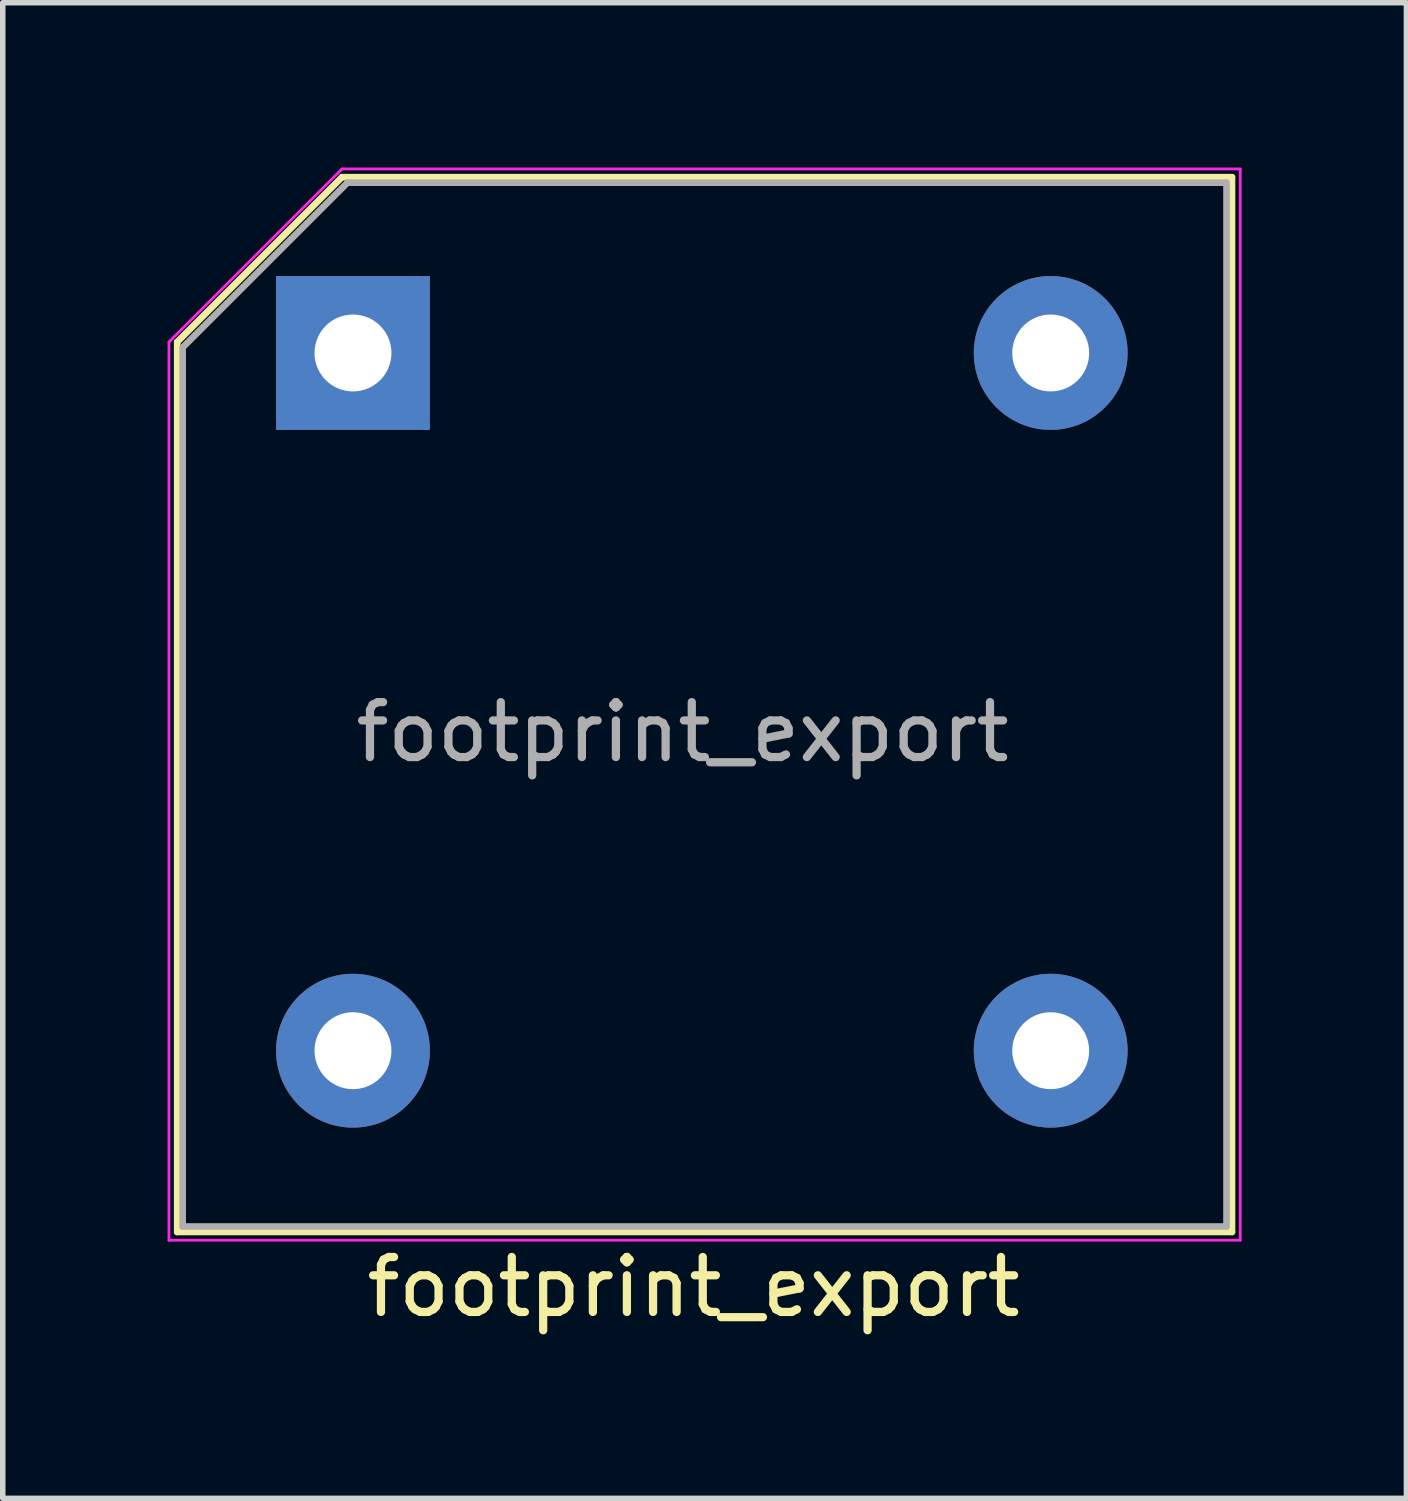
<source format=kicad_pcb>
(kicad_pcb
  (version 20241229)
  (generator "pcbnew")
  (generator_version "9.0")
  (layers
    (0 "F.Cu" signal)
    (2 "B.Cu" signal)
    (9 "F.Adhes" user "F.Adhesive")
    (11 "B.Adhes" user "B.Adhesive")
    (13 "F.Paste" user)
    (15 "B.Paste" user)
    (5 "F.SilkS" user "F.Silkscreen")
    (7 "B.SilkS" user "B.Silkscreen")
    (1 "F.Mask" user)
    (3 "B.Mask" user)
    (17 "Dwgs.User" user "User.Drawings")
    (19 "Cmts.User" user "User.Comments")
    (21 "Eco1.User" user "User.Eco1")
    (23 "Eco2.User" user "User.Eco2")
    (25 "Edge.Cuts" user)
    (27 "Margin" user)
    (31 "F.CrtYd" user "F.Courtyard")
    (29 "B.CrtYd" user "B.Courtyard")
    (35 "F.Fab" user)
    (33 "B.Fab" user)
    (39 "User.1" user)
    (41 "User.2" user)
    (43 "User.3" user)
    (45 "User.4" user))
  (footprint "footprint_export"
    (layer "F.Cu")
    (at 3.375 3.375)
    (property "Reference" "footprint_export" (at 6.2 17 180) (layer "F.SilkS") (effects (font (size 1 1) (thickness 0.15))))
    (attr through_hole)
    (fp_line (start -3.2 -0.2) (end -0.2 -3.2) (stroke (width 0.12) (type solid)) (layer "F.SilkS"))
    (fp_line (start -3.2 16) (end -3.2 -0.2) (stroke (width 0.12) (type solid)) (layer "F.SilkS"))
    (fp_line (start -0.2 -3.2) (end 16 -3.2) (stroke (width 0.12) (type solid)) (layer "F.SilkS"))
    (fp_line (start 16 -3.2) (end 16 16) (stroke (width 0.12) (type solid)) (layer "F.SilkS"))
    (fp_line (start 16 16) (end -3.2 16) (stroke (width 0.12) (type solid)) (layer "F.SilkS"))
    (fp_line (start -3.35 -0.2) (end -3.35 16.15) (stroke (width 0.05) (type solid)) (layer "F.CrtYd"))
    (fp_line (start -3.35 16.15) (end 16.15 16.15) (stroke (width 0.05) (type solid)) (layer "F.CrtYd"))
    (fp_line (start -0.2 -3.35) (end -3.35 -0.2) (stroke (width 0.05) (type solid)) (layer "F.CrtYd"))
    (fp_line (start 16.15 -3.35) (end -0.2 -3.35) (stroke (width 0.05) (type solid)) (layer "F.CrtYd"))
    (fp_line (start 16.15 16.15) (end 16.15 -3.35) (stroke (width 0.05) (type solid)) (layer "F.CrtYd"))
    (fp_line (start -3.1 -0.1) (end -0.1 -3.1) (stroke (width 0.12) (type solid)) (layer "F.Fab"))
    (fp_line (start -3.1 15.9) (end -3.1 -0.1) (stroke (width 0.12) (type solid)) (layer "F.Fab"))
    (fp_line (start -0.1 -3.1) (end 15.9 -3.1) (stroke (width 0.12) (type solid)) (layer "F.Fab"))
    (fp_line (start 15.9 -3.1) (end 15.9 15.9) (stroke (width 0.12) (type solid)) (layer "F.Fab"))
    (fp_line (start 15.9 15.9) (end -3.1 15.9) (stroke (width 0.12) (type solid)) (layer "F.Fab"))
    (fp_text user "${REFERENCE}" (at 6 6.9 180) (layer "F.Fab") (effects (font (size 1 1) (thickness 0.15))))
    (pad "1" thru_hole rect (at 0 0 180) (size 2.8 2.8) (drill 1.4) (layers "*.Cu" "*.Mask"))
    (pad "2" thru_hole circle (at 0 12.7 180) (size 2.8 2.8) (drill 1.4) (layers "*.Cu" "*.Mask"))
    (pad "3" thru_hole circle (at 12.7 12.7 180) (size 2.8 2.8) (drill 1.4) (layers "*.Cu" "*.Mask"))
    (pad "4" thru_hole circle (at 12.7 0 180) (size 2.8 2.8) (drill 1.4) (layers "*.Cu" "*.Mask")))
  (gr_rect
    (start -3 -3)
    (end 22.55 24.223)
    (stroke (width 0.1) (type default))
    (fill no)
    (layer "Edge.Cuts")))
</source>
